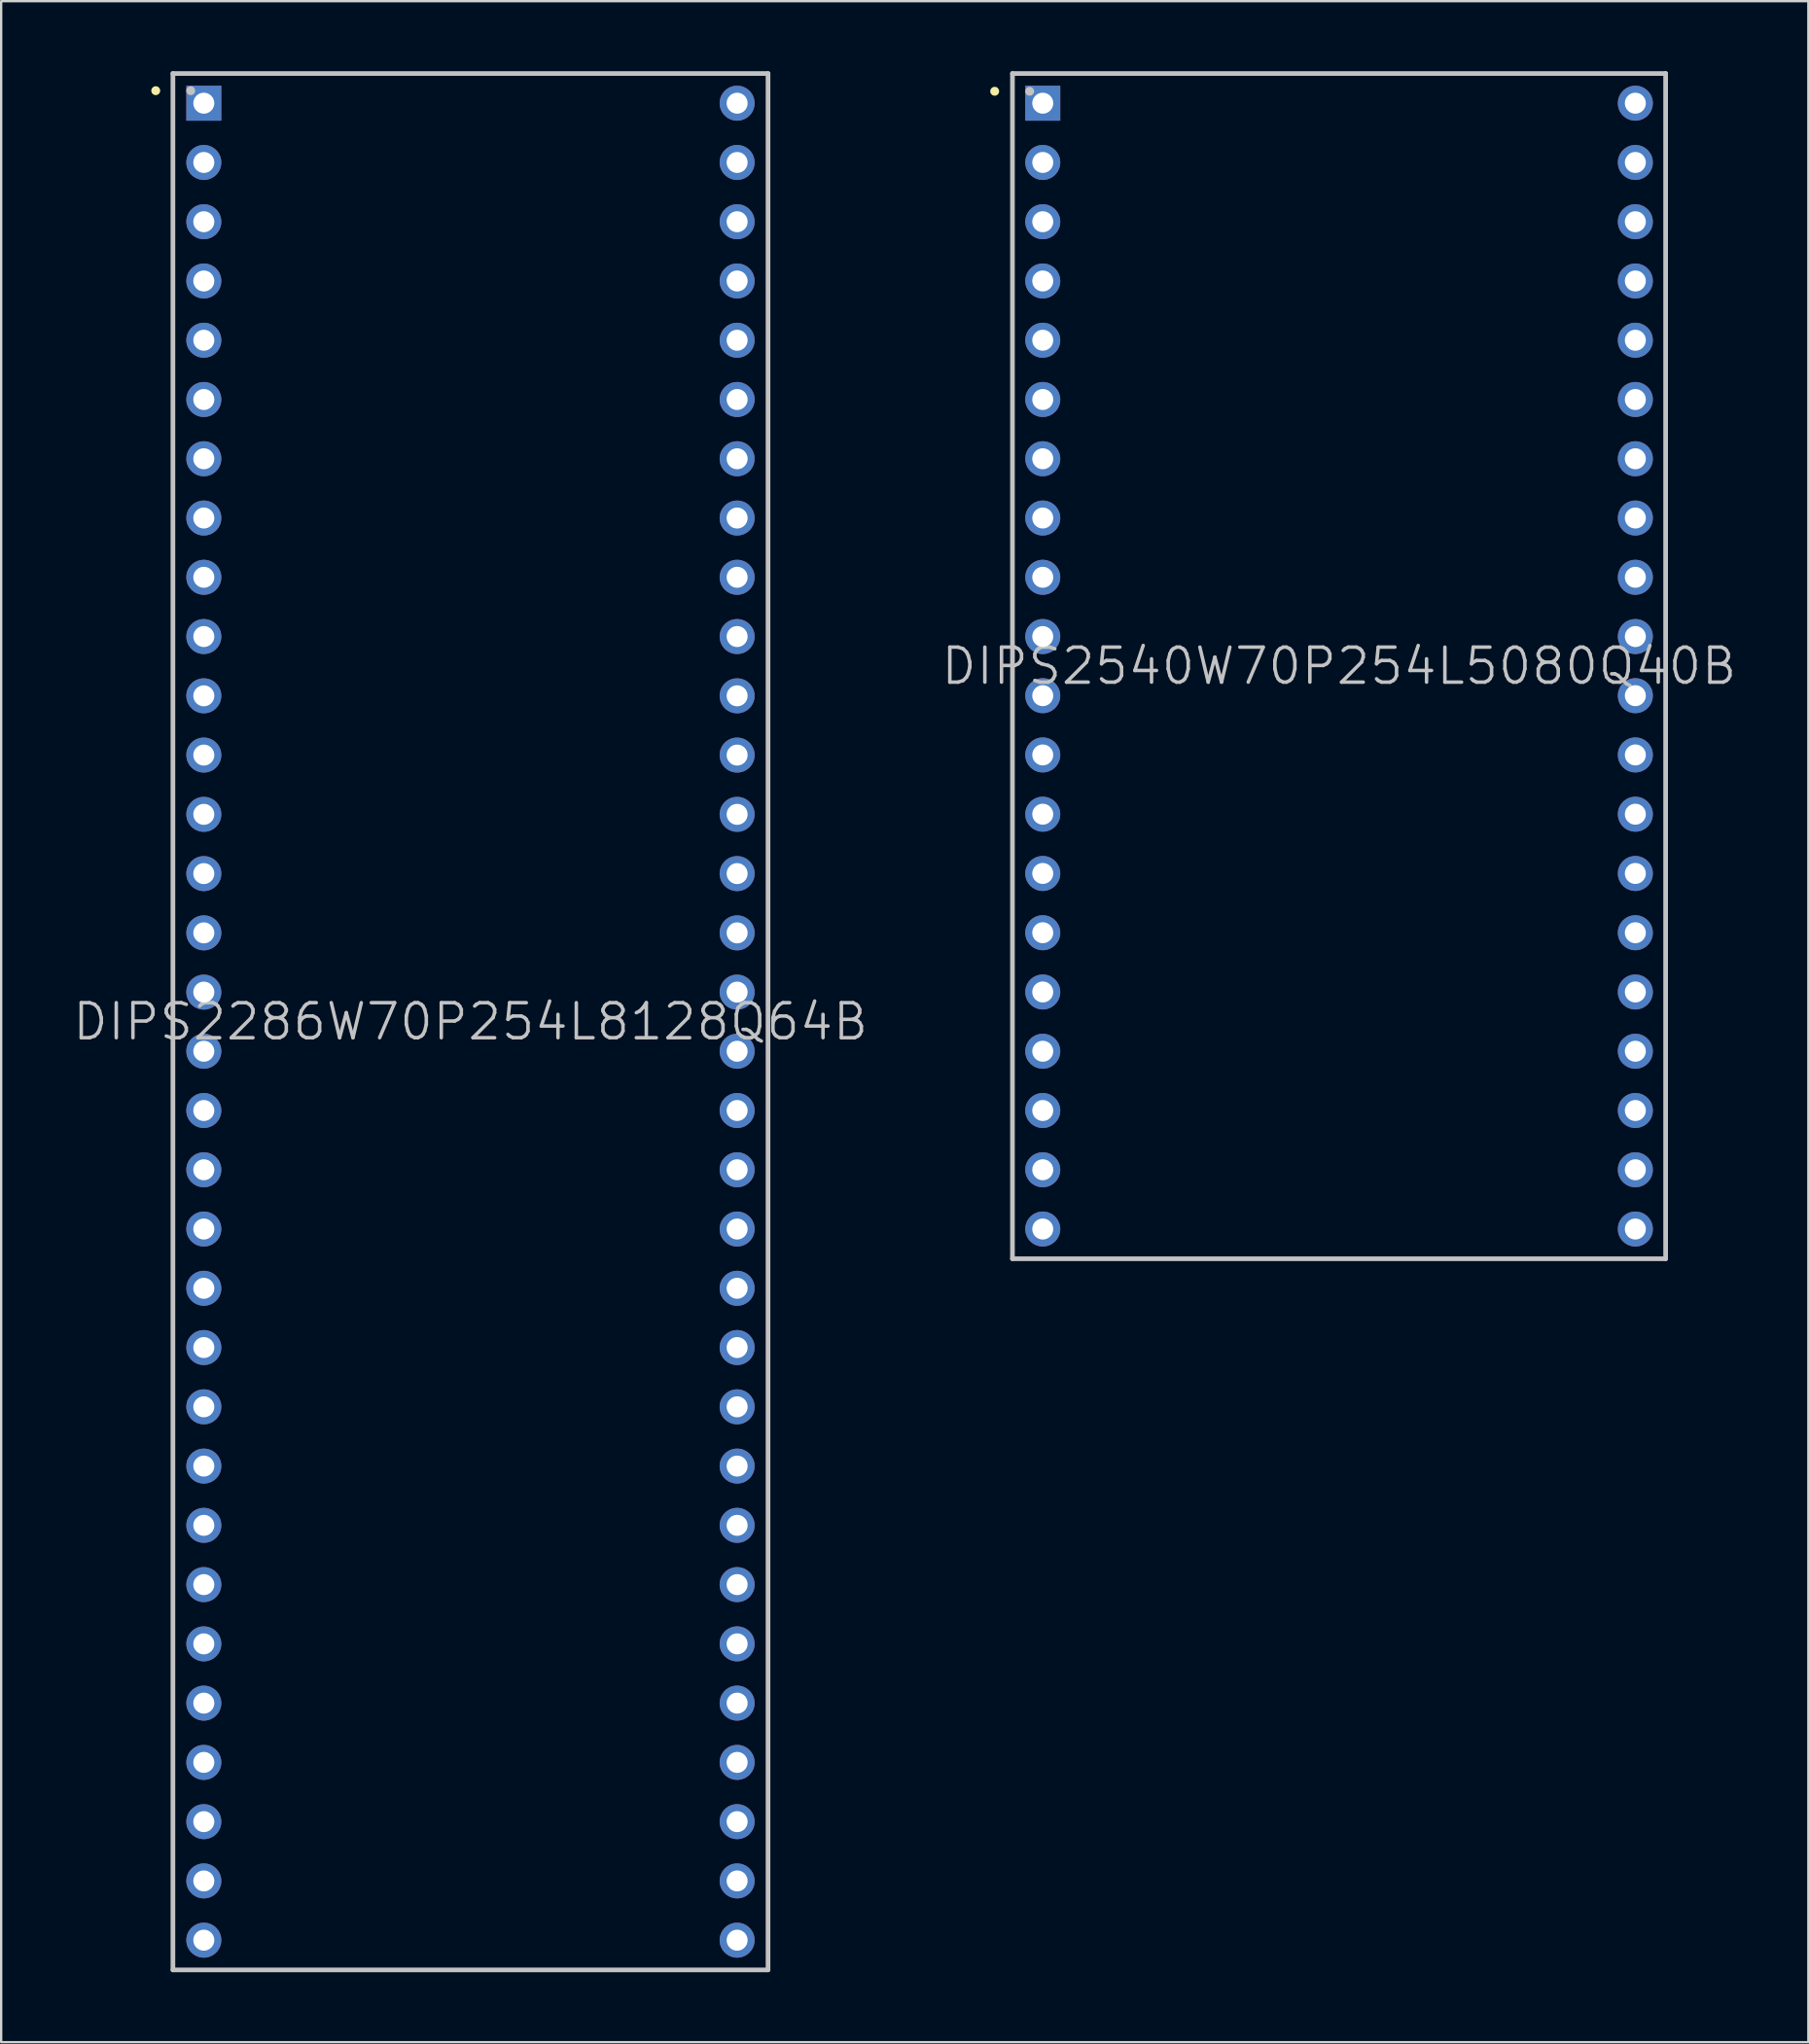
<source format=kicad_pcb>
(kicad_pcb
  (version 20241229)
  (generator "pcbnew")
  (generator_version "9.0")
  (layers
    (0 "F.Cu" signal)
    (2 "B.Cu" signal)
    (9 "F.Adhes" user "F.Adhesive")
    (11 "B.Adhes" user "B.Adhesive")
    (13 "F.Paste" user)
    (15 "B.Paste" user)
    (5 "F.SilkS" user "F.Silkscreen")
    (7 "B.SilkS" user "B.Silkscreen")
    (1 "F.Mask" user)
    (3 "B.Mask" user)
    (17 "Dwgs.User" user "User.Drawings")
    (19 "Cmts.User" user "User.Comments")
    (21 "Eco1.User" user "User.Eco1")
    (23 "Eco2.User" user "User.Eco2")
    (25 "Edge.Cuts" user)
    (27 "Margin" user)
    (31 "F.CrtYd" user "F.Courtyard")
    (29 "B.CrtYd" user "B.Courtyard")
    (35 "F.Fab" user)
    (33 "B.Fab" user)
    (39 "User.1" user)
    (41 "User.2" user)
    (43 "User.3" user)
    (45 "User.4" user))
  (footprint "DIPS2286W70P254L8128Q64B"
    (layer "F.Cu")
    (at 17.111 40.74)
    (property "Reference" "DIPS2286W70P254L8128Q64B" (at 0 0 0) (layer "Dwgs.User") (effects (font (size 1.5 1.5) (thickness 0.15))))
    (attr through_hole)
    (fp_line (start -13.487 -39.903) (end -13.487 -39.903) (stroke (width 0.381) (type solid)) (layer "F.SilkS"))
    (fp_line (start -12.751 -40.64) (end -12.751 40.64) (stroke (width 0.2) (type solid)) (layer "Dwgs.User"))
    (fp_line (start -12.751 -40.64) (end 12.751 -40.64) (stroke (width 0.2) (type solid)) (layer "Dwgs.User"))
    (fp_line (start -12.751 40.64) (end 12.751 40.64) (stroke (width 0.2) (type solid)) (layer "Dwgs.User"))
    (fp_line (start -11.989 -39.903) (end -11.989 -39.903) (stroke (width 0.381) (type solid)) (layer "Dwgs.User"))
    (fp_line (start 12.751 -40.64) (end 12.751 40.64) (stroke (width 0.2) (type solid)) (layer "Dwgs.User"))
    (pad "1" thru_hole rect (at -11.427 -39.367 180) (size 1.5 1.5) (drill 0.9) (layers "*.Cu" "*.Mask"))
    (pad "2" thru_hole circle (at -11.427 -36.827 180) (size 1.5 1.5) (drill 0.9) (layers "*.Cu" "*.Mask"))
    (pad "3" thru_hole circle (at -11.427 -34.287 180) (size 1.5 1.5) (drill 0.9) (layers "*.Cu" "*.Mask"))
    (pad "4" thru_hole circle (at -11.427 -31.747 180) (size 1.5 1.5) (drill 0.9) (layers "*.Cu" "*.Mask"))
    (pad "5" thru_hole circle (at -11.427 -29.207 180) (size 1.5 1.5) (drill 0.9) (layers "*.Cu" "*.Mask"))
    (pad "6" thru_hole circle (at -11.427 -26.667 180) (size 1.5 1.5) (drill 0.9) (layers "*.Cu" "*.Mask"))
    (pad "7" thru_hole circle (at -11.427 -24.127 180) (size 1.5 1.5) (drill 0.9) (layers "*.Cu" "*.Mask"))
    (pad "8" thru_hole circle (at -11.427 -21.587 180) (size 1.5 1.5) (drill 0.9) (layers "*.Cu" "*.Mask"))
    (pad "9" thru_hole circle (at -11.427 -19.047 180) (size 1.5 1.5) (drill 0.9) (layers "*.Cu" "*.Mask"))
    (pad "10" thru_hole circle (at -11.427 -16.507 180) (size 1.5 1.5) (drill 0.9) (layers "*.Cu" "*.Mask"))
    (pad "11" thru_hole circle (at -11.427 -13.967 180) (size 1.5 1.5) (drill 0.9) (layers "*.Cu" "*.Mask"))
    (pad "12" thru_hole circle (at -11.427 -11.427 180) (size 1.5 1.5) (drill 0.9) (layers "*.Cu" "*.Mask"))
    (pad "13" thru_hole circle (at -11.427 -8.887 180) (size 1.5 1.5) (drill 0.9) (layers "*.Cu" "*.Mask"))
    (pad "14" thru_hole circle (at -11.427 -6.347 180) (size 1.5 1.5) (drill 0.9) (layers "*.Cu" "*.Mask"))
    (pad "15" thru_hole circle (at -11.427 -3.807 180) (size 1.5 1.5) (drill 0.9) (layers "*.Cu" "*.Mask"))
    (pad "16" thru_hole circle (at -11.427 -1.267 180) (size 1.5 1.5) (drill 0.9) (layers "*.Cu" "*.Mask"))
    (pad "17" thru_hole circle (at -11.427 1.267 180) (size 1.5 1.5) (drill 0.9) (layers "*.Cu" "*.Mask"))
    (pad "18" thru_hole circle (at -11.427 3.807 180) (size 1.5 1.5) (drill 0.9) (layers "*.Cu" "*.Mask"))
    (pad "19" thru_hole circle (at -11.427 6.347 180) (size 1.5 1.5) (drill 0.9) (layers "*.Cu" "*.Mask"))
    (pad "20" thru_hole circle (at -11.427 8.887 180) (size 1.5 1.5) (drill 0.9) (layers "*.Cu" "*.Mask"))
    (pad "21" thru_hole circle (at -11.427 11.427 180) (size 1.5 1.5) (drill 0.9) (layers "*.Cu" "*.Mask"))
    (pad "22" thru_hole circle (at -11.427 13.967 180) (size 1.5 1.5) (drill 0.9) (layers "*.Cu" "*.Mask"))
    (pad "23" thru_hole circle (at -11.427 16.507 180) (size 1.5 1.5) (drill 0.9) (layers "*.Cu" "*.Mask"))
    (pad "24" thru_hole circle (at -11.427 19.047 180) (size 1.5 1.5) (drill 0.9) (layers "*.Cu" "*.Mask"))
    (pad "25" thru_hole circle (at -11.427 21.587 180) (size 1.5 1.5) (drill 0.9) (layers "*.Cu" "*.Mask"))
    (pad "26" thru_hole circle (at -11.427 24.127 180) (size 1.5 1.5) (drill 0.9) (layers "*.Cu" "*.Mask"))
    (pad "27" thru_hole circle (at -11.427 26.667 180) (size 1.5 1.5) (drill 0.9) (layers "*.Cu" "*.Mask"))
    (pad "28" thru_hole circle (at -11.427 29.207 180) (size 1.5 1.5) (drill 0.9) (layers "*.Cu" "*.Mask"))
    (pad "29" thru_hole circle (at -11.427 31.747 180) (size 1.5 1.5) (drill 0.9) (layers "*.Cu" "*.Mask"))
    (pad "30" thru_hole circle (at -11.427 34.287 180) (size 1.5 1.5) (drill 0.9) (layers "*.Cu" "*.Mask"))
    (pad "31" thru_hole circle (at -11.427 36.827 180) (size 1.5 1.5) (drill 0.9) (layers "*.Cu" "*.Mask"))
    (pad "32" thru_hole circle (at -11.427 39.367 180) (size 1.5 1.5) (drill 0.9) (layers "*.Cu" "*.Mask"))
    (pad "33" thru_hole circle (at 11.427 39.367 180) (size 1.5 1.5) (drill 0.9) (layers "*.Cu" "*.Mask"))
    (pad "34" thru_hole circle (at 11.427 36.827 180) (size 1.5 1.5) (drill 0.9) (layers "*.Cu" "*.Mask"))
    (pad "35" thru_hole circle (at 11.427 34.287 180) (size 1.5 1.5) (drill 0.9) (layers "*.Cu" "*.Mask"))
    (pad "36" thru_hole circle (at 11.427 31.747 180) (size 1.5 1.5) (drill 0.9) (layers "*.Cu" "*.Mask"))
    (pad "37" thru_hole circle (at 11.427 29.207 180) (size 1.5 1.5) (drill 0.9) (layers "*.Cu" "*.Mask"))
    (pad "38" thru_hole circle (at 11.427 26.667 180) (size 1.5 1.5) (drill 0.9) (layers "*.Cu" "*.Mask"))
    (pad "39" thru_hole circle (at 11.427 24.127 180) (size 1.5 1.5) (drill 0.9) (layers "*.Cu" "*.Mask"))
    (pad "40" thru_hole circle (at 11.427 21.587 180) (size 1.5 1.5) (drill 0.9) (layers "*.Cu" "*.Mask"))
    (pad "41" thru_hole circle (at 11.427 19.047 180) (size 1.5 1.5) (drill 0.9) (layers "*.Cu" "*.Mask"))
    (pad "42" thru_hole circle (at 11.427 16.507 180) (size 1.5 1.5) (drill 0.9) (layers "*.Cu" "*.Mask"))
    (pad "43" thru_hole circle (at 11.427 13.967 180) (size 1.5 1.5) (drill 0.9) (layers "*.Cu" "*.Mask"))
    (pad "44" thru_hole circle (at 11.427 11.427 180) (size 1.5 1.5) (drill 0.9) (layers "*.Cu" "*.Mask"))
    (pad "45" thru_hole circle (at 11.427 8.887 180) (size 1.5 1.5) (drill 0.9) (layers "*.Cu" "*.Mask"))
    (pad "46" thru_hole circle (at 11.427 6.347 180) (size 1.5 1.5) (drill 0.9) (layers "*.Cu" "*.Mask"))
    (pad "47" thru_hole circle (at 11.427 3.807 180) (size 1.5 1.5) (drill 0.9) (layers "*.Cu" "*.Mask"))
    (pad "48" thru_hole circle (at 11.427 1.267 180) (size 1.5 1.5) (drill 0.9) (layers "*.Cu" "*.Mask"))
    (pad "49" thru_hole circle (at 11.427 -1.267 180) (size 1.5 1.5) (drill 0.9) (layers "*.Cu" "*.Mask"))
    (pad "50" thru_hole circle (at 11.427 -3.807 180) (size 1.5 1.5) (drill 0.9) (layers "*.Cu" "*.Mask"))
    (pad "51" thru_hole circle (at 11.427 -6.347 180) (size 1.5 1.5) (drill 0.9) (layers "*.Cu" "*.Mask"))
    (pad "52" thru_hole circle (at 11.427 -8.887 180) (size 1.5 1.5) (drill 0.9) (layers "*.Cu" "*.Mask"))
    (pad "53" thru_hole circle (at 11.427 -11.427 180) (size 1.5 1.5) (drill 0.9) (layers "*.Cu" "*.Mask"))
    (pad "54" thru_hole circle (at 11.427 -13.967 180) (size 1.5 1.5) (drill 0.9) (layers "*.Cu" "*.Mask"))
    (pad "55" thru_hole circle (at 11.427 -16.507 180) (size 1.5 1.5) (drill 0.9) (layers "*.Cu" "*.Mask"))
    (pad "56" thru_hole circle (at 11.427 -19.047 180) (size 1.5 1.5) (drill 0.9) (layers "*.Cu" "*.Mask"))
    (pad "57" thru_hole circle (at 11.427 -21.587 180) (size 1.5 1.5) (drill 0.9) (layers "*.Cu" "*.Mask"))
    (pad "58" thru_hole circle (at 11.427 -24.127 180) (size 1.5 1.5) (drill 0.9) (layers "*.Cu" "*.Mask"))
    (pad "59" thru_hole circle (at 11.427 -26.667 180) (size 1.5 1.5) (drill 0.9) (layers "*.Cu" "*.Mask"))
    (pad "60" thru_hole circle (at 11.427 -29.207 180) (size 1.5 1.5) (drill 0.9) (layers "*.Cu" "*.Mask"))
    (pad "61" thru_hole circle (at 11.427 -31.747 180) (size 1.5 1.5) (drill 0.9) (layers "*.Cu" "*.Mask"))
    (pad "62" thru_hole circle (at 11.427 -34.287 180) (size 1.5 1.5) (drill 0.9) (layers "*.Cu" "*.Mask"))
    (pad "63" thru_hole circle (at 11.427 -36.827 180) (size 1.5 1.5) (drill 0.9) (layers "*.Cu" "*.Mask"))
    (pad "64" thru_hole circle (at 11.427 -39.367 180) (size 1.5 1.5) (drill 0.9) (layers "*.Cu" "*.Mask")))
  (footprint "DIPS2540W70P254L5080Q40B"
    (layer "F.Cu")
    (at 54.332 25.5)
    (property "Reference" "DIPS2540W70P254L5080Q40B" (at 0 0 0) (layer "Dwgs.User") (effects (font (size 1.5 1.5) (thickness 0.15))))
    (attr through_hole)
    (fp_line (start -14.757 -24.638) (end -14.757 -24.638) (stroke (width 0.381) (type solid)) (layer "F.SilkS"))
    (fp_line (start -13.995 -25.4) (end -13.995 25.4) (stroke (width 0.2) (type solid)) (layer "Dwgs.User"))
    (fp_line (start -13.995 -25.4) (end 13.995 -25.4) (stroke (width 0.2) (type solid)) (layer "Dwgs.User"))
    (fp_line (start -13.995 25.4) (end 13.995 25.4) (stroke (width 0.2) (type solid)) (layer "Dwgs.User"))
    (fp_line (start -13.259 -24.638) (end -13.259 -24.638) (stroke (width 0.381) (type solid)) (layer "Dwgs.User"))
    (fp_line (start 13.995 -25.4) (end 13.995 25.4) (stroke (width 0.2) (type solid)) (layer "Dwgs.User"))
    (pad "1" thru_hole rect (at -12.697 -24.127 180) (size 1.5 1.5) (drill 0.9) (layers "*.Cu" "*.Mask"))
    (pad "2" thru_hole circle (at -12.697 -21.587 180) (size 1.5 1.5) (drill 0.9) (layers "*.Cu" "*.Mask"))
    (pad "3" thru_hole circle (at -12.697 -19.047 180) (size 1.5 1.5) (drill 0.9) (layers "*.Cu" "*.Mask"))
    (pad "4" thru_hole circle (at -12.697 -16.507 180) (size 1.5 1.5) (drill 0.9) (layers "*.Cu" "*.Mask"))
    (pad "5" thru_hole circle (at -12.697 -13.967 180) (size 1.5 1.5) (drill 0.9) (layers "*.Cu" "*.Mask"))
    (pad "6" thru_hole circle (at -12.697 -11.427 180) (size 1.5 1.5) (drill 0.9) (layers "*.Cu" "*.Mask"))
    (pad "7" thru_hole circle (at -12.697 -8.887 180) (size 1.5 1.5) (drill 0.9) (layers "*.Cu" "*.Mask"))
    (pad "8" thru_hole circle (at -12.697 -6.347 180) (size 1.5 1.5) (drill 0.9) (layers "*.Cu" "*.Mask"))
    (pad "9" thru_hole circle (at -12.697 -3.807 180) (size 1.5 1.5) (drill 0.9) (layers "*.Cu" "*.Mask"))
    (pad "10" thru_hole circle (at -12.697 -1.267 180) (size 1.5 1.5) (drill 0.9) (layers "*.Cu" "*.Mask"))
    (pad "11" thru_hole circle (at -12.697 1.267 180) (size 1.5 1.5) (drill 0.9) (layers "*.Cu" "*.Mask"))
    (pad "12" thru_hole circle (at -12.697 3.807 180) (size 1.5 1.5) (drill 0.9) (layers "*.Cu" "*.Mask"))
    (pad "13" thru_hole circle (at -12.697 6.347 180) (size 1.5 1.5) (drill 0.9) (layers "*.Cu" "*.Mask"))
    (pad "14" thru_hole circle (at -12.697 8.887 180) (size 1.5 1.5) (drill 0.9) (layers "*.Cu" "*.Mask"))
    (pad "15" thru_hole circle (at -12.697 11.427 180) (size 1.5 1.5) (drill 0.9) (layers "*.Cu" "*.Mask"))
    (pad "16" thru_hole circle (at -12.697 13.967 180) (size 1.5 1.5) (drill 0.9) (layers "*.Cu" "*.Mask"))
    (pad "17" thru_hole circle (at -12.697 16.507 180) (size 1.5 1.5) (drill 0.9) (layers "*.Cu" "*.Mask"))
    (pad "18" thru_hole circle (at -12.697 19.047 180) (size 1.5 1.5) (drill 0.9) (layers "*.Cu" "*.Mask"))
    (pad "19" thru_hole circle (at -12.697 21.587 180) (size 1.5 1.5) (drill 0.9) (layers "*.Cu" "*.Mask"))
    (pad "20" thru_hole circle (at -12.697 24.127 180) (size 1.5 1.5) (drill 0.9) (layers "*.Cu" "*.Mask"))
    (pad "21" thru_hole circle (at 12.697 24.127 180) (size 1.5 1.5) (drill 0.9) (layers "*.Cu" "*.Mask"))
    (pad "22" thru_hole circle (at 12.697 21.587 180) (size 1.5 1.5) (drill 0.9) (layers "*.Cu" "*.Mask"))
    (pad "23" thru_hole circle (at 12.697 19.047 180) (size 1.5 1.5) (drill 0.9) (layers "*.Cu" "*.Mask"))
    (pad "24" thru_hole circle (at 12.697 16.507 180) (size 1.5 1.5) (drill 0.9) (layers "*.Cu" "*.Mask"))
    (pad "25" thru_hole circle (at 12.697 13.967 180) (size 1.5 1.5) (drill 0.9) (layers "*.Cu" "*.Mask"))
    (pad "26" thru_hole circle (at 12.697 11.427 180) (size 1.5 1.5) (drill 0.9) (layers "*.Cu" "*.Mask"))
    (pad "27" thru_hole circle (at 12.697 8.887 180) (size 1.5 1.5) (drill 0.9) (layers "*.Cu" "*.Mask"))
    (pad "28" thru_hole circle (at 12.697 6.347 180) (size 1.5 1.5) (drill 0.9) (layers "*.Cu" "*.Mask"))
    (pad "29" thru_hole circle (at 12.697 3.807 180) (size 1.5 1.5) (drill 0.9) (layers "*.Cu" "*.Mask"))
    (pad "30" thru_hole circle (at 12.697 1.267 180) (size 1.5 1.5) (drill 0.9) (layers "*.Cu" "*.Mask"))
    (pad "31" thru_hole circle (at 12.697 -1.267 180) (size 1.5 1.5) (drill 0.9) (layers "*.Cu" "*.Mask"))
    (pad "32" thru_hole circle (at 12.697 -3.807 180) (size 1.5 1.5) (drill 0.9) (layers "*.Cu" "*.Mask"))
    (pad "33" thru_hole circle (at 12.697 -6.347 180) (size 1.5 1.5) (drill 0.9) (layers "*.Cu" "*.Mask"))
    (pad "34" thru_hole circle (at 12.697 -8.887 180) (size 1.5 1.5) (drill 0.9) (layers "*.Cu" "*.Mask"))
    (pad "35" thru_hole circle (at 12.697 -11.427 180) (size 1.5 1.5) (drill 0.9) (layers "*.Cu" "*.Mask"))
    (pad "36" thru_hole circle (at 12.697 -13.967 180) (size 1.5 1.5) (drill 0.9) (layers "*.Cu" "*.Mask"))
    (pad "37" thru_hole circle (at 12.697 -16.507 180) (size 1.5 1.5) (drill 0.9) (layers "*.Cu" "*.Mask"))
    (pad "38" thru_hole circle (at 12.697 -19.047 180) (size 1.5 1.5) (drill 0.9) (layers "*.Cu" "*.Mask"))
    (pad "39" thru_hole circle (at 12.697 -21.587 180) (size 1.5 1.5) (drill 0.9) (layers "*.Cu" "*.Mask"))
    (pad "40" thru_hole circle (at 12.697 -24.127 180) (size 1.5 1.5) (drill 0.9) (layers "*.Cu" "*.Mask")))
  (gr_rect
    (start -3 -3)
    (end 74.443 84.48)
    (stroke (width 0.1) (type default))
    (fill no)
    (layer "Edge.Cuts")))
</source>
